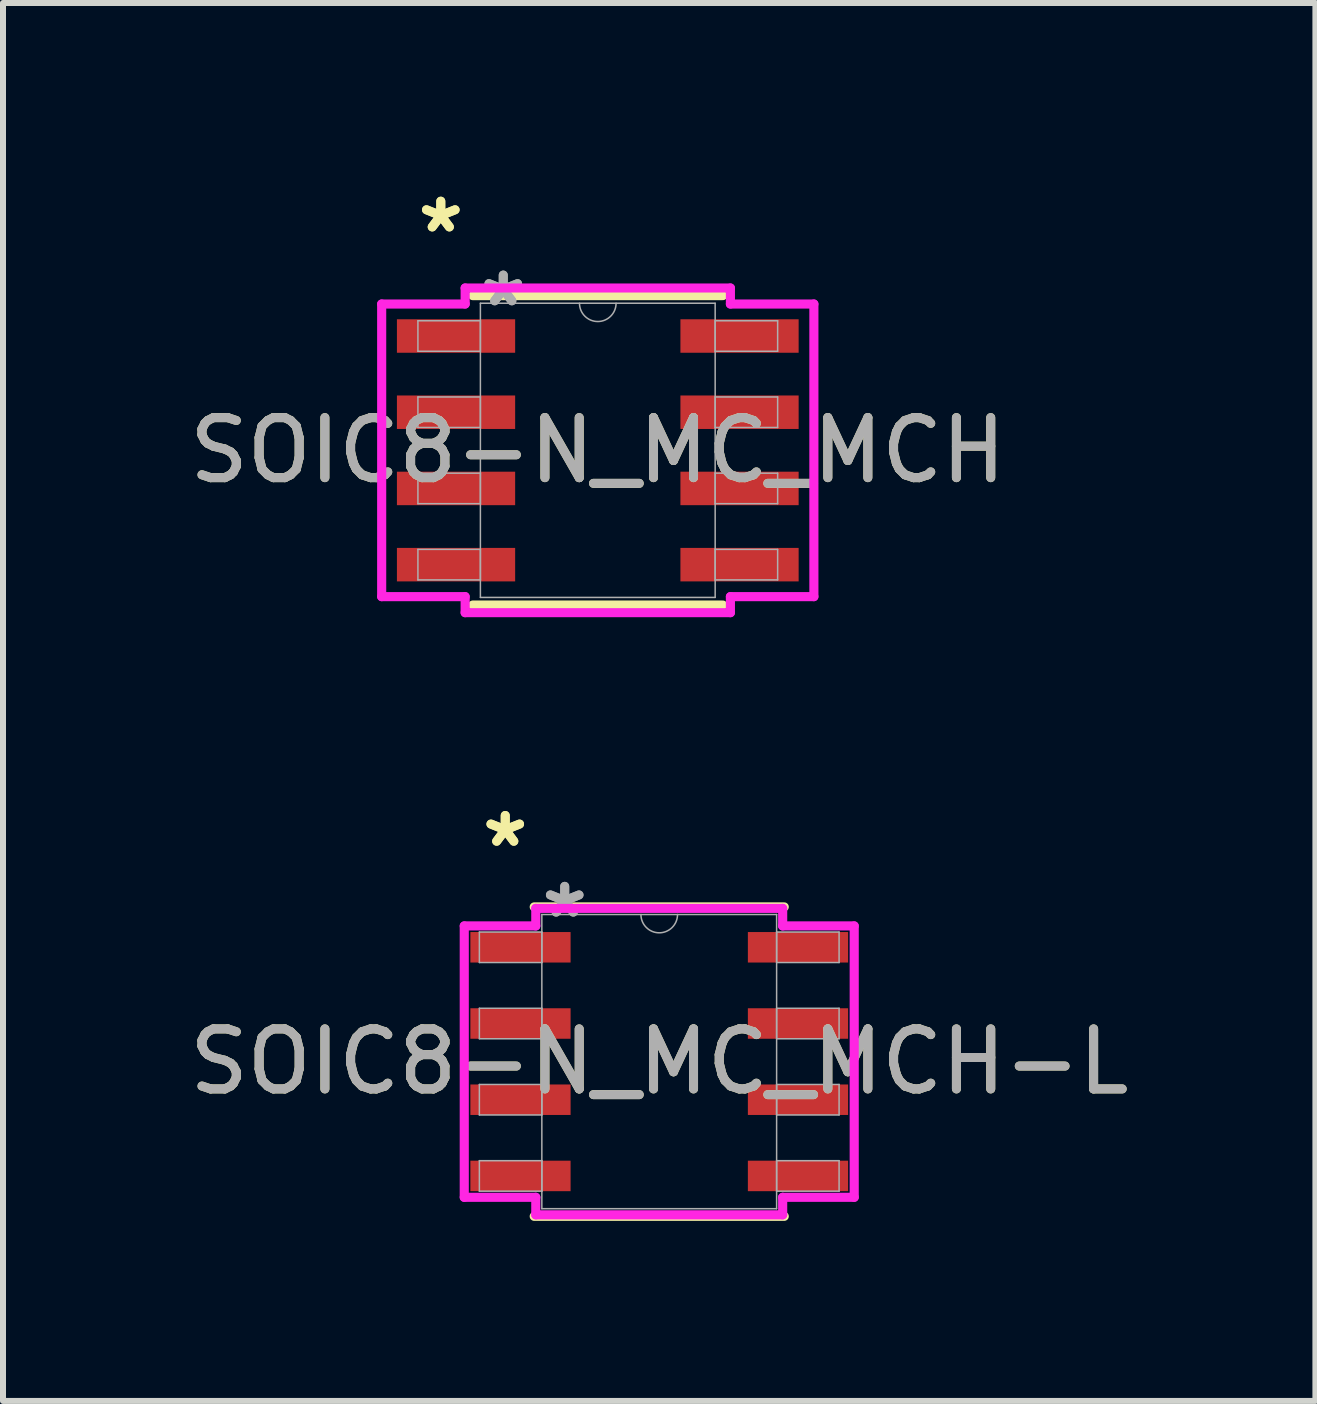
<source format=kicad_pcb>
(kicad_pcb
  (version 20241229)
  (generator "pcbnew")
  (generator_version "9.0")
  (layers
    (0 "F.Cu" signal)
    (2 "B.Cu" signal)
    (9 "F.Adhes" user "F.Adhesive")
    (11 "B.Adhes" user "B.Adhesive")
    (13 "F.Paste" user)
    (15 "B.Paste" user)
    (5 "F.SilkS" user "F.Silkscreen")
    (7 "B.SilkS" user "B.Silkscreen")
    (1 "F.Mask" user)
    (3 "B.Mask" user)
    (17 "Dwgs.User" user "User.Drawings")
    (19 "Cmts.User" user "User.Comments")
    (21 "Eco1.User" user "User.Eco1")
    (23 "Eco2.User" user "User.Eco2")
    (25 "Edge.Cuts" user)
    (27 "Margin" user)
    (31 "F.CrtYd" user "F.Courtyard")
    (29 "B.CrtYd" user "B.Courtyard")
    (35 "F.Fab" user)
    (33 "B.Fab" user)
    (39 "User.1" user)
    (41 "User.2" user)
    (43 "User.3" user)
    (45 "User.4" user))
  (footprint "SOIC8-N_MC_MCH-L"
    (layer "F.Cu")
    (at 7.935 14.64)
    (property "Reference" "SOIC8-N_MC_MCH-L" (at 0 0 0) (unlocked yes) (layer "F.SilkS") (effects (font (size 1 1) (thickness 0.15))))
    (attr smd)
    (fp_line (start -2.083 2.578) (end 2.083 2.578) (stroke (width 0.152) (type solid)) (layer "F.SilkS"))
    (fp_line (start 2.083 -2.578) (end -2.083 -2.578) (stroke (width 0.152) (type solid)) (layer "F.SilkS"))
    (fp_line (start -3.249 -2.261) (end -2.057 -2.261) (stroke (width 0.152) (type solid)) (layer "F.CrtYd"))
    (fp_line (start -3.249 2.261) (end -3.249 -2.261) (stroke (width 0.152) (type solid)) (layer "F.CrtYd"))
    (fp_line (start -3.249 2.261) (end -2.057 2.261) (stroke (width 0.152) (type solid)) (layer "F.CrtYd"))
    (fp_line (start -2.057 -2.553) (end 2.057 -2.553) (stroke (width 0.152) (type solid)) (layer "F.CrtYd"))
    (fp_line (start -2.057 -2.261) (end -2.057 -2.553) (stroke (width 0.152) (type solid)) (layer "F.CrtYd"))
    (fp_line (start -2.057 2.553) (end -2.057 2.261) (stroke (width 0.152) (type solid)) (layer "F.CrtYd"))
    (fp_line (start 2.057 -2.553) (end 2.057 -2.261) (stroke (width 0.152) (type solid)) (layer "F.CrtYd"))
    (fp_line (start 2.057 2.261) (end 2.057 2.553) (stroke (width 0.152) (type solid)) (layer "F.CrtYd"))
    (fp_line (start 2.057 2.553) (end -2.057 2.553) (stroke (width 0.152) (type solid)) (layer "F.CrtYd"))
    (fp_line (start 3.249 -2.261) (end 2.057 -2.261) (stroke (width 0.152) (type solid)) (layer "F.CrtYd"))
    (fp_line (start 3.249 -2.261) (end 3.249 2.261) (stroke (width 0.152) (type solid)) (layer "F.CrtYd"))
    (fp_line (start 3.249 2.261) (end 2.057 2.261) (stroke (width 0.152) (type solid)) (layer "F.CrtYd"))
    (fp_line (start -2.997 -2.159) (end -2.997 -1.651) (stroke (width 0.025) (type solid)) (layer "F.Fab"))
    (fp_line (start -2.997 -1.651) (end -1.956 -1.651) (stroke (width 0.025) (type solid)) (layer "F.Fab"))
    (fp_line (start -2.997 -0.889) (end -2.997 -0.381) (stroke (width 0.025) (type solid)) (layer "F.Fab"))
    (fp_line (start -2.997 -0.381) (end -1.956 -0.381) (stroke (width 0.025) (type solid)) (layer "F.Fab"))
    (fp_line (start -2.997 0.381) (end -2.997 0.889) (stroke (width 0.025) (type solid)) (layer "F.Fab"))
    (fp_line (start -2.997 0.889) (end -1.956 0.889) (stroke (width 0.025) (type solid)) (layer "F.Fab"))
    (fp_line (start -2.997 1.651) (end -2.997 2.159) (stroke (width 0.025) (type solid)) (layer "F.Fab"))
    (fp_line (start -2.997 2.159) (end -1.956 2.159) (stroke (width 0.025) (type solid)) (layer "F.Fab"))
    (fp_line (start -1.956 -2.451) (end -1.956 2.451) (stroke (width 0.025) (type solid)) (layer "F.Fab"))
    (fp_line (start -1.956 -2.159) (end -2.997 -2.159) (stroke (width 0.025) (type solid)) (layer "F.Fab"))
    (fp_line (start -1.956 -1.651) (end -1.956 -2.159) (stroke (width 0.025) (type solid)) (layer "F.Fab"))
    (fp_line (start -1.956 -0.889) (end -2.997 -0.889) (stroke (width 0.025) (type solid)) (layer "F.Fab"))
    (fp_line (start -1.956 -0.381) (end -1.956 -0.889) (stroke (width 0.025) (type solid)) (layer "F.Fab"))
    (fp_line (start -1.956 0.381) (end -2.997 0.381) (stroke (width 0.025) (type solid)) (layer "F.Fab"))
    (fp_line (start -1.956 0.889) (end -1.956 0.381) (stroke (width 0.025) (type solid)) (layer "F.Fab"))
    (fp_line (start -1.956 1.651) (end -2.997 1.651) (stroke (width 0.025) (type solid)) (layer "F.Fab"))
    (fp_line (start -1.956 2.159) (end -1.956 1.651) (stroke (width 0.025) (type solid)) (layer "F.Fab"))
    (fp_line (start -1.956 2.451) (end 1.956 2.451) (stroke (width 0.025) (type solid)) (layer "F.Fab"))
    (fp_line (start 1.956 -2.451) (end -1.956 -2.451) (stroke (width 0.025) (type solid)) (layer "F.Fab"))
    (fp_line (start 1.956 -2.159) (end 1.956 -1.651) (stroke (width 0.025) (type solid)) (layer "F.Fab"))
    (fp_line (start 1.956 -1.651) (end 2.997 -1.651) (stroke (width 0.025) (type solid)) (layer "F.Fab"))
    (fp_line (start 1.956 -0.889) (end 1.956 -0.381) (stroke (width 0.025) (type solid)) (layer "F.Fab"))
    (fp_line (start 1.956 -0.381) (end 2.997 -0.381) (stroke (width 0.025) (type solid)) (layer "F.Fab"))
    (fp_line (start 1.956 0.381) (end 1.956 0.889) (stroke (width 0.025) (type solid)) (layer "F.Fab"))
    (fp_line (start 1.956 0.889) (end 2.997 0.889) (stroke (width 0.025) (type solid)) (layer "F.Fab"))
    (fp_line (start 1.956 1.651) (end 1.956 2.159) (stroke (width 0.025) (type solid)) (layer "F.Fab"))
    (fp_line (start 1.956 2.159) (end 2.997 2.159) (stroke (width 0.025) (type solid)) (layer "F.Fab"))
    (fp_line (start 1.956 2.451) (end 1.956 -2.451) (stroke (width 0.025) (type solid)) (layer "F.Fab"))
    (fp_line (start 2.997 -2.159) (end 1.956 -2.159) (stroke (width 0.025) (type solid)) (layer "F.Fab"))
    (fp_line (start 2.997 -1.651) (end 2.997 -2.159) (stroke (width 0.025) (type solid)) (layer "F.Fab"))
    (fp_line (start 2.997 -0.889) (end 1.956 -0.889) (stroke (width 0.025) (type solid)) (layer "F.Fab"))
    (fp_line (start 2.997 -0.381) (end 2.997 -0.889) (stroke (width 0.025) (type solid)) (layer "F.Fab"))
    (fp_line (start 2.997 0.381) (end 1.956 0.381) (stroke (width 0.025) (type solid)) (layer "F.Fab"))
    (fp_line (start 2.997 0.889) (end 2.997 0.381) (stroke (width 0.025) (type solid)) (layer "F.Fab"))
    (fp_line (start 2.997 1.651) (end 1.956 1.651) (stroke (width 0.025) (type solid)) (layer "F.Fab"))
    (fp_line (start 2.997 2.159) (end 2.997 1.651) (stroke (width 0.025) (type solid)) (layer "F.Fab"))
    (fp_arc (start 0.3048 -2.4511) (mid 0 -2.1463) (end -0.3048 -2.4511) (stroke (width 0.0254) (type solid)) (layer "F.Fab"))
    (fp_text user "*" (at -2.566 -3.556 0) (layer "F.SilkS") (effects (font (size 1 1) (thickness 0.15))))
    (fp_text user "*" (at -2.566 -3.556 0) (unlocked yes) (layer "F.SilkS") (effects (font (size 1 1) (thickness 0.15))))
    (fp_text user "*" (at -1.575 -2.375 0) (layer "F.Fab") (effects (font (size 1 1) (thickness 0.15))))
    (fp_text user "${REFERENCE}" (at 0 0 0) (unlocked yes) (layer "F.Fab") (effects (font (size 1 1) (thickness 0.15))))
    (fp_text user "*" (at -1.575 -2.375 0) (unlocked yes) (layer "F.Fab") (effects (font (size 1 1) (thickness 0.15))))
    (pad "1" smd rect (at -2.312 -1.905) (size 1.67 0.508) (layers "F.Cu" "F.Mask" "F.Paste"))
    (pad "2" smd rect (at -2.312 -0.635) (size 1.67 0.508) (layers "F.Cu" "F.Mask" "F.Paste"))
    (pad "3" smd rect (at -2.312 0.635) (size 1.67 0.508) (layers "F.Cu" "F.Mask" "F.Paste"))
    (pad "4" smd rect (at -2.312 1.905) (size 1.67 0.508) (layers "F.Cu" "F.Mask" "F.Paste"))
    (pad "5" smd rect (at 2.312 1.905) (size 1.67 0.508) (layers "F.Cu" "F.Mask" "F.Paste"))
    (pad "6" smd rect (at 2.312 0.635) (size 1.67 0.508) (layers "F.Cu" "F.Mask" "F.Paste"))
    (pad "7" smd rect (at 2.312 -0.635) (size 1.67 0.508) (layers "F.Cu" "F.Mask" "F.Paste"))
    (pad "8" smd rect (at 2.312 -1.905) (size 1.67 0.508) (layers "F.Cu" "F.Mask" "F.Paste")))
  (footprint "SOIC8-N_MC_MCH"
    (layer "F.Cu")
    (at 6.911 4.454)
    (property "Reference" "SOIC8-N_MC_MCH" (at 0 0 0) (unlocked yes) (layer "F.SilkS") (effects (font (size 1 1) (thickness 0.15))))
    (attr smd)
    (fp_line (start -2.083 2.578) (end 2.083 2.578) (stroke (width 0.152) (type solid)) (layer "F.SilkS"))
    (fp_line (start 2.083 -2.578) (end -2.083 -2.578) (stroke (width 0.152) (type solid)) (layer "F.SilkS"))
    (fp_line (start -3.601 -2.438) (end -2.21 -2.438) (stroke (width 0.152) (type solid)) (layer "F.CrtYd"))
    (fp_line (start -3.601 2.438) (end -3.601 -2.438) (stroke (width 0.152) (type solid)) (layer "F.CrtYd"))
    (fp_line (start -3.601 2.438) (end -2.21 2.438) (stroke (width 0.152) (type solid)) (layer "F.CrtYd"))
    (fp_line (start -2.21 -2.705) (end 2.21 -2.705) (stroke (width 0.152) (type solid)) (layer "F.CrtYd"))
    (fp_line (start -2.21 -2.438) (end -2.21 -2.705) (stroke (width 0.152) (type solid)) (layer "F.CrtYd"))
    (fp_line (start -2.21 2.705) (end -2.21 2.438) (stroke (width 0.152) (type solid)) (layer "F.CrtYd"))
    (fp_line (start 2.21 -2.705) (end 2.21 -2.438) (stroke (width 0.152) (type solid)) (layer "F.CrtYd"))
    (fp_line (start 2.21 2.438) (end 2.21 2.705) (stroke (width 0.152) (type solid)) (layer "F.CrtYd"))
    (fp_line (start 2.21 2.705) (end -2.21 2.705) (stroke (width 0.152) (type solid)) (layer "F.CrtYd"))
    (fp_line (start 3.601 -2.438) (end 2.21 -2.438) (stroke (width 0.152) (type solid)) (layer "F.CrtYd"))
    (fp_line (start 3.601 -2.438) (end 3.601 2.438) (stroke (width 0.152) (type solid)) (layer "F.CrtYd"))
    (fp_line (start 3.601 2.438) (end 2.21 2.438) (stroke (width 0.152) (type solid)) (layer "F.CrtYd"))
    (fp_line (start -2.997 -2.159) (end -2.997 -1.651) (stroke (width 0.025) (type solid)) (layer "F.Fab"))
    (fp_line (start -2.997 -1.651) (end -1.956 -1.651) (stroke (width 0.025) (type solid)) (layer "F.Fab"))
    (fp_line (start -2.997 -0.889) (end -2.997 -0.381) (stroke (width 0.025) (type solid)) (layer "F.Fab"))
    (fp_line (start -2.997 -0.381) (end -1.956 -0.381) (stroke (width 0.025) (type solid)) (layer "F.Fab"))
    (fp_line (start -2.997 0.381) (end -2.997 0.889) (stroke (width 0.025) (type solid)) (layer "F.Fab"))
    (fp_line (start -2.997 0.889) (end -1.956 0.889) (stroke (width 0.025) (type solid)) (layer "F.Fab"))
    (fp_line (start -2.997 1.651) (end -2.997 2.159) (stroke (width 0.025) (type solid)) (layer "F.Fab"))
    (fp_line (start -2.997 2.159) (end -1.956 2.159) (stroke (width 0.025) (type solid)) (layer "F.Fab"))
    (fp_line (start -1.956 -2.451) (end -1.956 2.451) (stroke (width 0.025) (type solid)) (layer "F.Fab"))
    (fp_line (start -1.956 -2.159) (end -2.997 -2.159) (stroke (width 0.025) (type solid)) (layer "F.Fab"))
    (fp_line (start -1.956 -1.651) (end -1.956 -2.159) (stroke (width 0.025) (type solid)) (layer "F.Fab"))
    (fp_line (start -1.956 -0.889) (end -2.997 -0.889) (stroke (width 0.025) (type solid)) (layer "F.Fab"))
    (fp_line (start -1.956 -0.381) (end -1.956 -0.889) (stroke (width 0.025) (type solid)) (layer "F.Fab"))
    (fp_line (start -1.956 0.381) (end -2.997 0.381) (stroke (width 0.025) (type solid)) (layer "F.Fab"))
    (fp_line (start -1.956 0.889) (end -1.956 0.381) (stroke (width 0.025) (type solid)) (layer "F.Fab"))
    (fp_line (start -1.956 1.651) (end -2.997 1.651) (stroke (width 0.025) (type solid)) (layer "F.Fab"))
    (fp_line (start -1.956 2.159) (end -1.956 1.651) (stroke (width 0.025) (type solid)) (layer "F.Fab"))
    (fp_line (start -1.956 2.451) (end 1.956 2.451) (stroke (width 0.025) (type solid)) (layer "F.Fab"))
    (fp_line (start 1.956 -2.451) (end -1.956 -2.451) (stroke (width 0.025) (type solid)) (layer "F.Fab"))
    (fp_line (start 1.956 -2.159) (end 1.956 -1.651) (stroke (width 0.025) (type solid)) (layer "F.Fab"))
    (fp_line (start 1.956 -1.651) (end 2.997 -1.651) (stroke (width 0.025) (type solid)) (layer "F.Fab"))
    (fp_line (start 1.956 -0.889) (end 1.956 -0.381) (stroke (width 0.025) (type solid)) (layer "F.Fab"))
    (fp_line (start 1.956 -0.381) (end 2.997 -0.381) (stroke (width 0.025) (type solid)) (layer "F.Fab"))
    (fp_line (start 1.956 0.381) (end 1.956 0.889) (stroke (width 0.025) (type solid)) (layer "F.Fab"))
    (fp_line (start 1.956 0.889) (end 2.997 0.889) (stroke (width 0.025) (type solid)) (layer "F.Fab"))
    (fp_line (start 1.956 1.651) (end 1.956 2.159) (stroke (width 0.025) (type solid)) (layer "F.Fab"))
    (fp_line (start 1.956 2.159) (end 2.997 2.159) (stroke (width 0.025) (type solid)) (layer "F.Fab"))
    (fp_line (start 1.956 2.451) (end 1.956 -2.451) (stroke (width 0.025) (type solid)) (layer "F.Fab"))
    (fp_line (start 2.997 -2.159) (end 1.956 -2.159) (stroke (width 0.025) (type solid)) (layer "F.Fab"))
    (fp_line (start 2.997 -1.651) (end 2.997 -2.159) (stroke (width 0.025) (type solid)) (layer "F.Fab"))
    (fp_line (start 2.997 -0.889) (end 1.956 -0.889) (stroke (width 0.025) (type solid)) (layer "F.Fab"))
    (fp_line (start 2.997 -0.381) (end 2.997 -0.889) (stroke (width 0.025) (type solid)) (layer "F.Fab"))
    (fp_line (start 2.997 0.381) (end 1.956 0.381) (stroke (width 0.025) (type solid)) (layer "F.Fab"))
    (fp_line (start 2.997 0.889) (end 2.997 0.381) (stroke (width 0.025) (type solid)) (layer "F.Fab"))
    (fp_line (start 2.997 1.651) (end 1.956 1.651) (stroke (width 0.025) (type solid)) (layer "F.Fab"))
    (fp_line (start 2.997 2.159) (end 2.997 1.651) (stroke (width 0.025) (type solid)) (layer "F.Fab"))
    (fp_arc (start 0.3048 -2.4511) (mid 0 -2.1463) (end -0.3048 -2.4511) (stroke (width 0.0254) (type solid)) (layer "F.Fab"))
    (fp_text user "*" (at -2.616 -3.606 0) (layer "F.SilkS") (effects (font (size 1 1) (thickness 0.15))))
    (fp_text user "*" (at -2.616 -3.606 0) (unlocked yes) (layer "F.SilkS") (effects (font (size 1 1) (thickness 0.15))))
    (fp_text user "${REFERENCE}" (at 0 0 0) (unlocked yes) (layer "F.Fab") (effects (font (size 1 1) (thickness 0.15))))
    (fp_text user "*" (at -1.575 -2.375 0) (unlocked yes) (layer "F.Fab") (effects (font (size 1 1) (thickness 0.15))))
    (fp_text user "*" (at -1.575 -2.375 0) (layer "F.Fab") (effects (font (size 1 1) (thickness 0.15))))
    (pad "1" smd rect (at -2.362 -1.905) (size 1.97 0.558) (layers "F.Cu" "F.Mask" "F.Paste"))
    (pad "2" smd rect (at -2.362 -0.635) (size 1.97 0.558) (layers "F.Cu" "F.Mask" "F.Paste"))
    (pad "3" smd rect (at -2.362 0.635) (size 1.97 0.558) (layers "F.Cu" "F.Mask" "F.Paste"))
    (pad "4" smd rect (at -2.362 1.905) (size 1.97 0.558) (layers "F.Cu" "F.Mask" "F.Paste"))
    (pad "5" smd rect (at 2.362 1.905) (size 1.97 0.558) (layers "F.Cu" "F.Mask" "F.Paste"))
    (pad "6" smd rect (at 2.362 0.635) (size 1.97 0.558) (layers "F.Cu" "F.Mask" "F.Paste"))
    (pad "7" smd rect (at 2.362 -0.635) (size 1.97 0.558) (layers "F.Cu" "F.Mask" "F.Paste"))
    (pad "8" smd rect (at 2.362 -1.905) (size 1.97 0.558) (layers "F.Cu" "F.Mask" "F.Paste")))
  (gr_rect
    (start -3 -3)
    (end 18.869 20.294)
    (stroke (width 0.1) (type default))
    (fill no)
    (layer "Edge.Cuts")))
</source>
